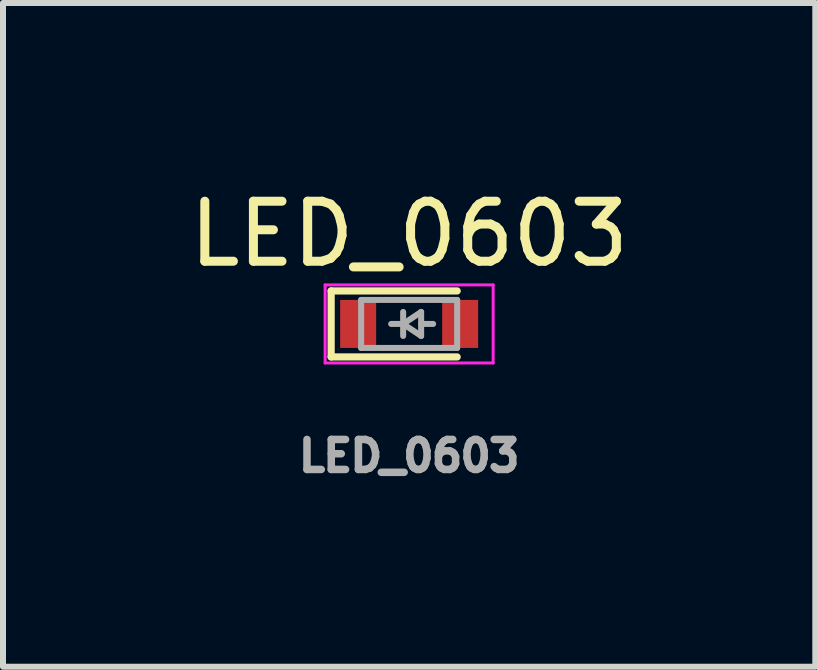
<source format=kicad_pcb>
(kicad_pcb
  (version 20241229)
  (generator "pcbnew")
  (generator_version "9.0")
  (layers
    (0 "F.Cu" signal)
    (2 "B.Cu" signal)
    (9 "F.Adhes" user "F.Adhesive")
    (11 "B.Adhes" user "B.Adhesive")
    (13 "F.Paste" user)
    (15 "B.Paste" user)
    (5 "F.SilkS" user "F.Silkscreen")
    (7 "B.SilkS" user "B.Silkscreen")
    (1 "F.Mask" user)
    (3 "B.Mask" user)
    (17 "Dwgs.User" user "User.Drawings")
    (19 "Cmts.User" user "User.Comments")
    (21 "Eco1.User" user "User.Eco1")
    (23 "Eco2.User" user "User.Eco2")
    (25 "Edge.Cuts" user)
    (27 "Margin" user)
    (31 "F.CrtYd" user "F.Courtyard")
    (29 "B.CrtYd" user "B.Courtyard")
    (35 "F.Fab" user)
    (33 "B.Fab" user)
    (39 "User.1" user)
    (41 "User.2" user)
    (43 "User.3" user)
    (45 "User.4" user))
  (footprint "LED_0603"
    (layer "F.Cu")
    (at 3.768 2.348)
    (property "Reference" "LED_0603" (at 0 -1.5 180) (layer "F.SilkS") (effects (font (size 1 1) (thickness 0.15))))
    (attr smd)
    (fp_line (start -1.3 -0.55) (end -1.3 0.55) (stroke (width 0.12) (type solid)) (layer "F.SilkS"))
    (fp_line (start -1.3 -0.55) (end 0.8 -0.55) (stroke (width 0.12) (type solid)) (layer "F.SilkS"))
    (fp_line (start -1.3 0.55) (end 0.8 0.55) (stroke (width 0.12) (type solid)) (layer "F.SilkS"))
    (fp_line (start -1.4 -0.65) (end -1.4 0.65) (stroke (width 0.05) (type solid)) (layer "F.CrtYd"))
    (fp_line (start -1.4 0.65) (end 1.4 0.65) (stroke (width 0.05) (type solid)) (layer "F.CrtYd"))
    (fp_line (start 1.4 -0.65) (end -1.4 -0.65) (stroke (width 0.05) (type solid)) (layer "F.CrtYd"))
    (fp_line (start 1.4 0.65) (end 1.4 -0.65) (stroke (width 0.05) (type solid)) (layer "F.CrtYd"))
    (fp_line (start -0.8 -0.4) (end 0.8 -0.4) (stroke (width 0.1) (type solid)) (layer "F.Fab"))
    (fp_line (start -0.8 0.4) (end -0.8 -0.4) (stroke (width 0.1) (type solid)) (layer "F.Fab"))
    (fp_line (start -0.1 -0.2) (end -0.1 0.2) (stroke (width 0.1) (type solid)) (layer "F.Fab"))
    (fp_line (start -0.1 0) (end -0.3 0) (stroke (width 0.1) (type solid)) (layer "F.Fab"))
    (fp_line (start -0.1 0) (end 0.2 0.2) (stroke (width 0.1) (type solid)) (layer "F.Fab"))
    (fp_line (start 0.2 -0.2) (end -0.1 0) (stroke (width 0.1) (type solid)) (layer "F.Fab"))
    (fp_line (start 0.2 0) (end 0.4 0) (stroke (width 0.1) (type solid)) (layer "F.Fab"))
    (fp_line (start 0.2 0.2) (end 0.2 -0.2) (stroke (width 0.1) (type solid)) (layer "F.Fab"))
    (fp_line (start 0.8 -0.4) (end 0.8 0.4) (stroke (width 0.1) (type solid)) (layer "F.Fab"))
    (fp_line (start 0.8 0.4) (end -0.8 0.4) (stroke (width 0.1) (type solid)) (layer "F.Fab"))
    (fp_text user "${REFERENCE}" (at 0 2.2 0) (layer "F.Fab") (effects (font (size 0.5 0.5) (thickness 0.125))))
    (pad "1" smd rect (at -0.85 0) (size 0.6 0.8) (layers "F.Cu" "F.Mask" "F.Paste"))
    (pad "2" smd rect (at 0.85 0) (size 0.6 0.8) (layers "F.Cu" "F.Mask" "F.Paste")))
  (gr_rect
    (start -3 -3)
    (end 10.536 8.06)
    (stroke (width 0.1) (type default))
    (fill no)
    (layer "Edge.Cuts")))
</source>
